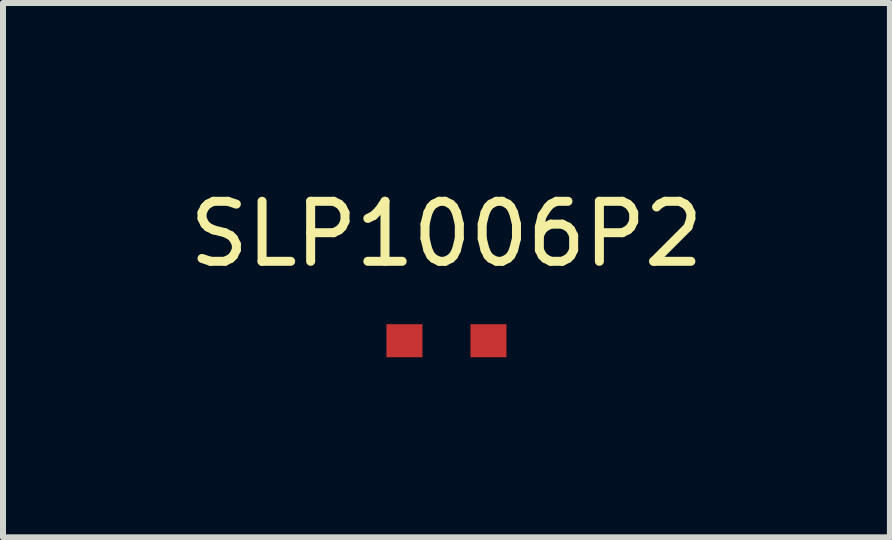
<source format=kicad_pcb>
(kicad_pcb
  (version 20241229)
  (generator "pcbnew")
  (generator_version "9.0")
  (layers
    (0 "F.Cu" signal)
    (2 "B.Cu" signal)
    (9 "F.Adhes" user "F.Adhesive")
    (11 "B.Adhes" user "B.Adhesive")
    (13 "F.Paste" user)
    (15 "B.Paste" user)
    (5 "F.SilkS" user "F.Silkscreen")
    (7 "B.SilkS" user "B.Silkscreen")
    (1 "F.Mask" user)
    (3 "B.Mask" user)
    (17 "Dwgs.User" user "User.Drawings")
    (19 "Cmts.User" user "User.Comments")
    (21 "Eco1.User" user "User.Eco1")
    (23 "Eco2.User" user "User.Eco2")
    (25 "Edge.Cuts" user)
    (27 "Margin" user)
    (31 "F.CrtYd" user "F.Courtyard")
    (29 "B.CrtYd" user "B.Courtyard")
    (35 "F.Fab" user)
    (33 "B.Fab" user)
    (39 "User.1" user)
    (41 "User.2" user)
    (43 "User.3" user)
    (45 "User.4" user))
  (footprint "SLP1006P2"
    (layer "F.Cu")
    (at 4.387 2.626)
    (property "Reference" "SLP1006P2" (at 0 -1.778 0) (layer "F.SilkS") (effects (font (size 1 1) (thickness 0.15))))
    (attr through_hole)
    (pad "1" smd rect (at 0.7 0) (size 0.6 0.55) (layers "F.Cu" "F.Mask" "F.Paste"))
    (pad "2" smd rect (at -0.7 0) (size 0.6 0.55) (layers "F.Cu" "F.Mask" "F.Paste")))
  (gr_rect
    (start -3 -3)
    (end 11.774 5.901)
    (stroke (width 0.1) (type default))
    (fill no)
    (layer "Edge.Cuts")))
</source>
